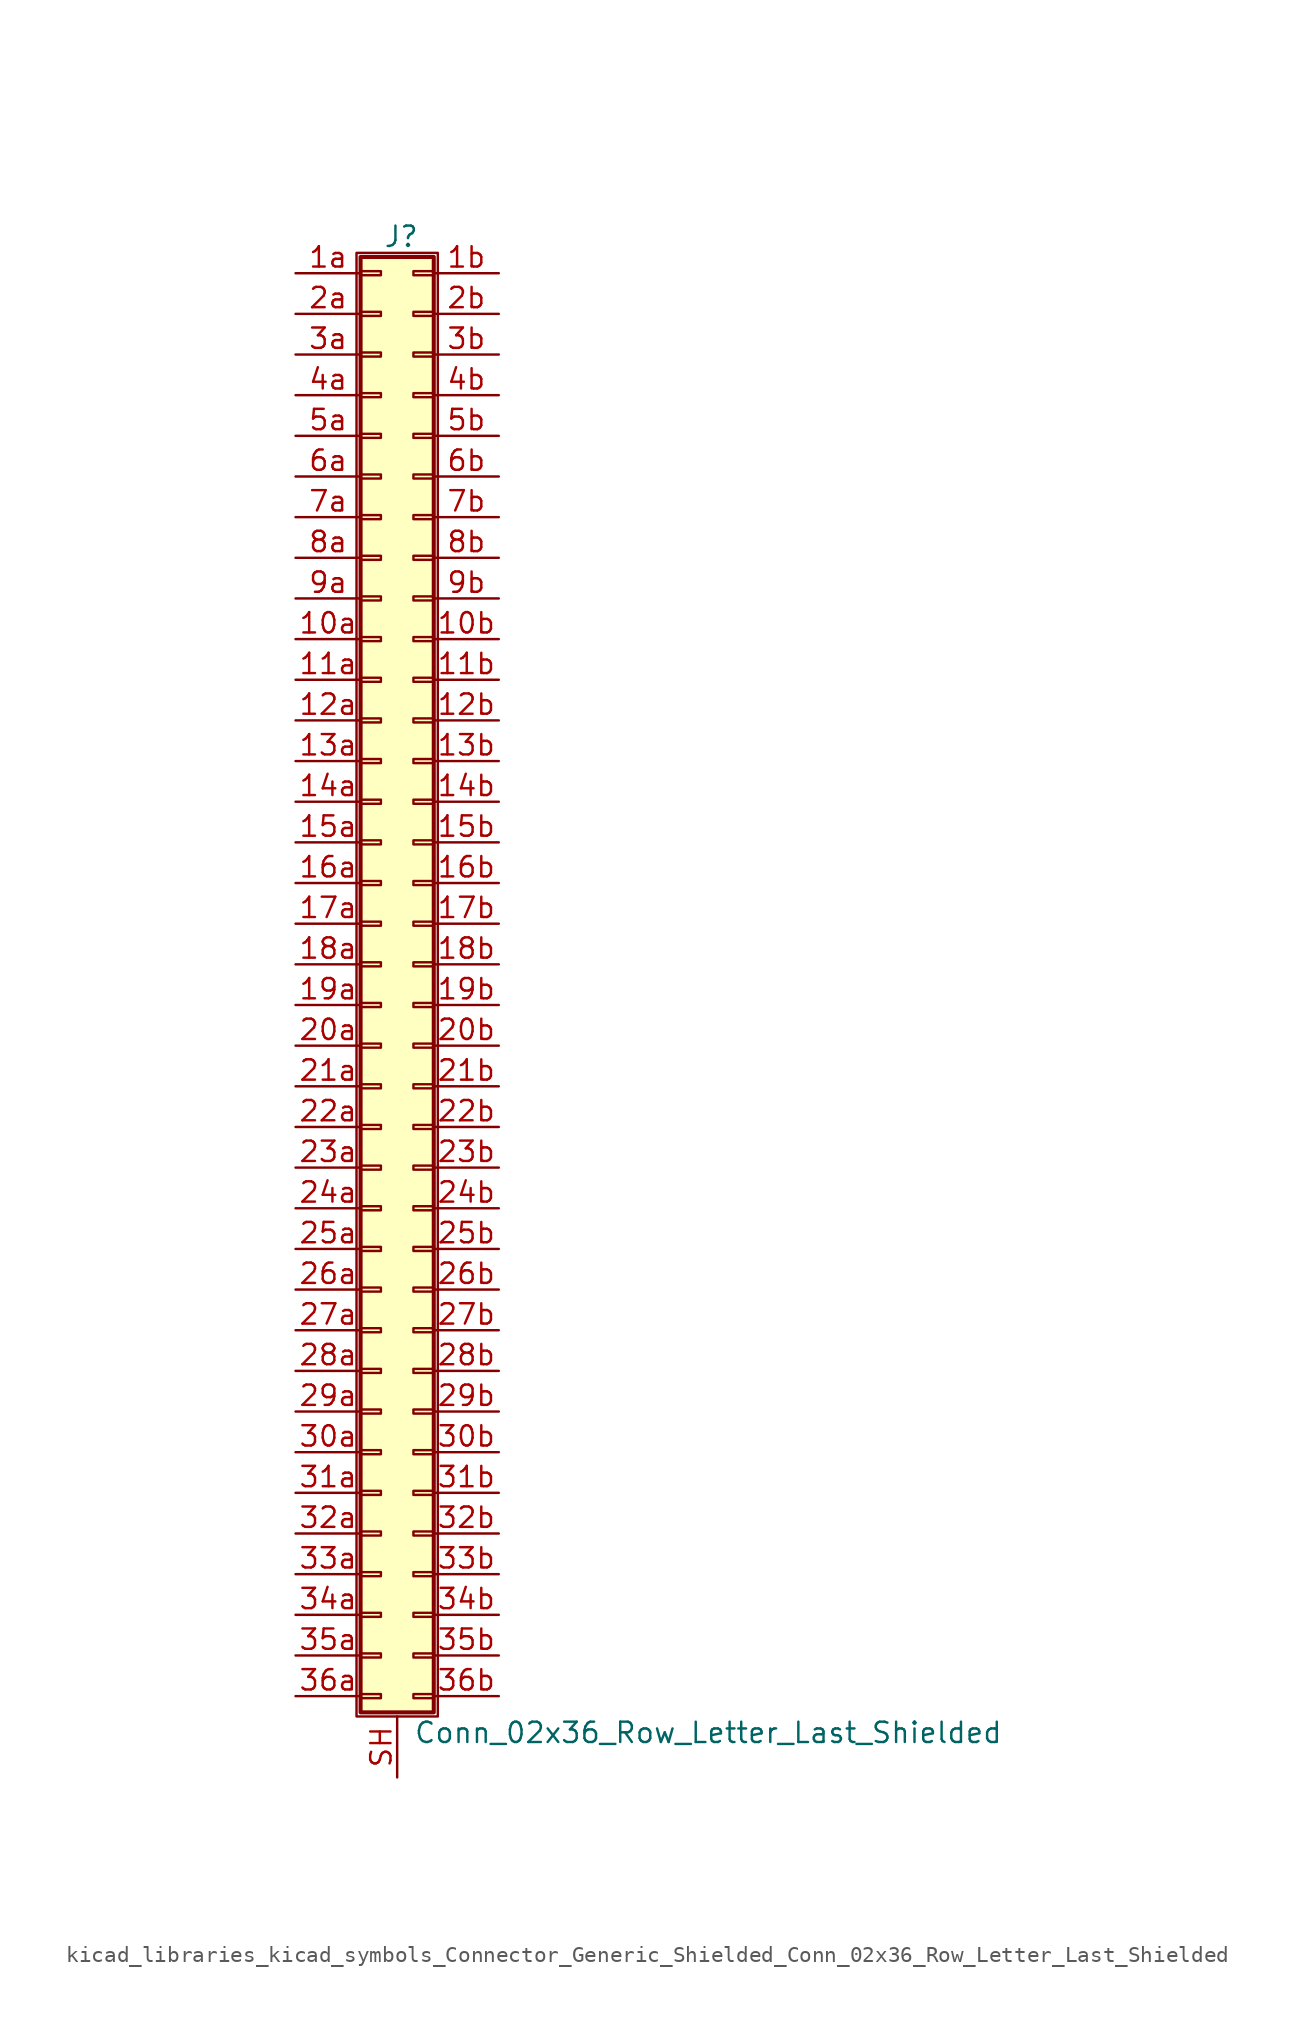
<source format=kicad_sym>
(kicad_symbol_lib
  (version 20220914)
  (generator kicad_symbol_editor)
  (symbol "kicad_libraries_kicad_symbols_Connector_Generic_Shielded_Conn_02x36_Row_Letter_Last_Shielded"
    (pin_names
      (offset 1.016) hide)
    (property "Reference" "J"
      (at 1.524 45.466 0)
      (effects (font (size 1.27 1.27))))
    (property "Value" "Conn_02x36_Row_Letter_Last_Shielded"
      (at 2.286 -48.006 0)
      (effects (font (size 1.27 1.27)) (justify left)))
    (symbol "kicad_libraries_kicad_symbols_Connector_Generic_Shielded_Conn_02x36_Row_Letter_Last_Shielded_1_1"
      (rectangle (start -1.27 44.45) (end 3.81 -46.99) (stroke (width 0.152) (type default)) (fill (type none)))
      (rectangle (start -1.016 -45.593) (end 0.254 -45.847) (stroke (width 0.152) (type default)) (fill (type none)))
      (rectangle (start -1.016 -43.053) (end 0.254 -43.307) (stroke (width 0.152) (type default)) (fill (type none)))
      (rectangle (start -1.016 -40.513) (end 0.254 -40.767) (stroke (width 0.152) (type default)) (fill (type none)))
      (rectangle (start -1.016 -37.973) (end 0.254 -38.227) (stroke (width 0.152) (type default)) (fill (type none)))
      (rectangle (start -1.016 -35.433) (end 0.254 -35.687) (stroke (width 0.152) (type default)) (fill (type none)))
      (rectangle (start -1.016 -32.893) (end 0.254 -33.147) (stroke (width 0.152) (type default)) (fill (type none)))
      (rectangle (start -1.016 -30.353) (end 0.254 -30.607) (stroke (width 0.152) (type default)) (fill (type none)))
      (rectangle (start -1.016 -27.813) (end 0.254 -28.067) (stroke (width 0.152) (type default)) (fill (type none)))
      (rectangle (start -1.016 -25.273) (end 0.254 -25.527) (stroke (width 0.152) (type default)) (fill (type none)))
      (rectangle (start -1.016 -22.733) (end 0.254 -22.987) (stroke (width 0.152) (type default)) (fill (type none)))
      (rectangle (start -1.016 -20.193) (end 0.254 -20.447) (stroke (width 0.152) (type default)) (fill (type none)))
      (rectangle (start -1.016 -17.653) (end 0.254 -17.907) (stroke (width 0.152) (type default)) (fill (type none)))
      (rectangle (start -1.016 -15.113) (end 0.254 -15.367) (stroke (width 0.152) (type default)) (fill (type none)))
      (rectangle (start -1.016 -12.573) (end 0.254 -12.827) (stroke (width 0.152) (type default)) (fill (type none)))
      (rectangle (start -1.016 -10.033) (end 0.254 -10.287) (stroke (width 0.152) (type default)) (fill (type none)))
      (rectangle (start -1.016 -7.493) (end 0.254 -7.747) (stroke (width 0.152) (type default)) (fill (type none)))
      (rectangle (start -1.016 -4.953) (end 0.254 -5.207) (stroke (width 0.152) (type default)) (fill (type none)))
      (rectangle (start -1.016 -2.413) (end 0.254 -2.667) (stroke (width 0.152) (type default)) (fill (type none)))
      (rectangle (start -1.016 0.127) (end 0.254 -0.127) (stroke (width 0.152) (type default)) (fill (type none)))
      (rectangle (start -1.016 2.667) (end 0.254 2.413) (stroke (width 0.152) (type default)) (fill (type none)))
      (rectangle (start -1.016 5.207) (end 0.254 4.953) (stroke (width 0.152) (type default)) (fill (type none)))
      (rectangle (start -1.016 7.747) (end 0.254 7.493) (stroke (width 0.152) (type default)) (fill (type none)))
      (rectangle (start -1.016 10.287) (end 0.254 10.033) (stroke (width 0.152) (type default)) (fill (type none)))
      (rectangle (start -1.016 12.827) (end 0.254 12.573) (stroke (width 0.152) (type default)) (fill (type none)))
      (rectangle (start -1.016 15.367) (end 0.254 15.113) (stroke (width 0.152) (type default)) (fill (type none)))
      (rectangle (start -1.016 17.907) (end 0.254 17.653) (stroke (width 0.152) (type default)) (fill (type none)))
      (rectangle (start -1.016 20.447) (end 0.254 20.193) (stroke (width 0.152) (type default)) (fill (type none)))
      (rectangle (start -1.016 22.987) (end 0.254 22.733) (stroke (width 0.152) (type default)) (fill (type none)))
      (rectangle (start -1.016 25.527) (end 0.254 25.273) (stroke (width 0.152) (type default)) (fill (type none)))
      (rectangle (start -1.016 28.067) (end 0.254 27.813) (stroke (width 0.152) (type default)) (fill (type none)))
      (rectangle (start -1.016 30.607) (end 0.254 30.353) (stroke (width 0.152) (type default)) (fill (type none)))
      (rectangle (start -1.016 33.147) (end 0.254 32.893) (stroke (width 0.152) (type default)) (fill (type none)))
      (rectangle (start -1.016 35.687) (end 0.254 35.433) (stroke (width 0.152) (type default)) (fill (type none)))
      (rectangle (start -1.016 38.227) (end 0.254 37.973) (stroke (width 0.152) (type default)) (fill (type none)))
      (rectangle (start -1.016 40.767) (end 0.254 40.513) (stroke (width 0.152) (type default)) (fill (type none)))
      (rectangle (start -1.016 43.307) (end 0.254 43.053) (stroke (width 0.152) (type default)) (fill (type none)))
      (rectangle (start -1.016 44.196) (end 3.556 -46.736) (stroke (width 0.254) (type default)) (fill (type background)))
      (rectangle (start 3.556 -45.593) (end 2.286 -45.847) (stroke (width 0.152) (type default)) (fill (type none)))
      (rectangle (start 3.556 -43.053) (end 2.286 -43.307) (stroke (width 0.152) (type default)) (fill (type none)))
      (rectangle (start 3.556 -40.513) (end 2.286 -40.767) (stroke (width 0.152) (type default)) (fill (type none)))
      (rectangle (start 3.556 -37.973) (end 2.286 -38.227) (stroke (width 0.152) (type default)) (fill (type none)))
      (rectangle (start 3.556 -35.433) (end 2.286 -35.687) (stroke (width 0.152) (type default)) (fill (type none)))
      (rectangle (start 3.556 -32.893) (end 2.286 -33.147) (stroke (width 0.152) (type default)) (fill (type none)))
      (rectangle (start 3.556 -30.353) (end 2.286 -30.607) (stroke (width 0.152) (type default)) (fill (type none)))
      (rectangle (start 3.556 -27.813) (end 2.286 -28.067) (stroke (width 0.152) (type default)) (fill (type none)))
      (rectangle (start 3.556 -25.273) (end 2.286 -25.527) (stroke (width 0.152) (type default)) (fill (type none)))
      (rectangle (start 3.556 -22.733) (end 2.286 -22.987) (stroke (width 0.152) (type default)) (fill (type none)))
      (rectangle (start 3.556 -20.193) (end 2.286 -20.447) (stroke (width 0.152) (type default)) (fill (type none)))
      (rectangle (start 3.556 -17.653) (end 2.286 -17.907) (stroke (width 0.152) (type default)) (fill (type none)))
      (rectangle (start 3.556 -15.113) (end 2.286 -15.367) (stroke (width 0.152) (type default)) (fill (type none)))
      (rectangle (start 3.556 -12.573) (end 2.286 -12.827) (stroke (width 0.152) (type default)) (fill (type none)))
      (rectangle (start 3.556 -10.033) (end 2.286 -10.287) (stroke (width 0.152) (type default)) (fill (type none)))
      (rectangle (start 3.556 -7.493) (end 2.286 -7.747) (stroke (width 0.152) (type default)) (fill (type none)))
      (rectangle (start 3.556 -4.953) (end 2.286 -5.207) (stroke (width 0.152) (type default)) (fill (type none)))
      (rectangle (start 3.556 -2.413) (end 2.286 -2.667) (stroke (width 0.152) (type default)) (fill (type none)))
      (rectangle (start 3.556 0.127) (end 2.286 -0.127) (stroke (width 0.152) (type default)) (fill (type none)))
      (rectangle (start 3.556 2.667) (end 2.286 2.413) (stroke (width 0.152) (type default)) (fill (type none)))
      (rectangle (start 3.556 5.207) (end 2.286 4.953) (stroke (width 0.152) (type default)) (fill (type none)))
      (rectangle (start 3.556 7.747) (end 2.286 7.493) (stroke (width 0.152) (type default)) (fill (type none)))
      (rectangle (start 3.556 10.287) (end 2.286 10.033) (stroke (width 0.152) (type default)) (fill (type none)))
      (rectangle (start 3.556 12.827) (end 2.286 12.573) (stroke (width 0.152) (type default)) (fill (type none)))
      (rectangle (start 3.556 15.367) (end 2.286 15.113) (stroke (width 0.152) (type default)) (fill (type none)))
      (rectangle (start 3.556 17.907) (end 2.286 17.653) (stroke (width 0.152) (type default)) (fill (type none)))
      (rectangle (start 3.556 20.447) (end 2.286 20.193) (stroke (width 0.152) (type default)) (fill (type none)))
      (rectangle (start 3.556 22.987) (end 2.286 22.733) (stroke (width 0.152) (type default)) (fill (type none)))
      (rectangle (start 3.556 25.527) (end 2.286 25.273) (stroke (width 0.152) (type default)) (fill (type none)))
      (rectangle (start 3.556 28.067) (end 2.286 27.813) (stroke (width 0.152) (type default)) (fill (type none)))
      (rectangle (start 3.556 30.607) (end 2.286 30.353) (stroke (width 0.152) (type default)) (fill (type none)))
      (rectangle (start 3.556 33.147) (end 2.286 32.893) (stroke (width 0.152) (type default)) (fill (type none)))
      (rectangle (start 3.556 35.687) (end 2.286 35.433) (stroke (width 0.152) (type default)) (fill (type none)))
      (rectangle (start 3.556 38.227) (end 2.286 37.973) (stroke (width 0.152) (type default)) (fill (type none)))
      (rectangle (start 3.556 40.767) (end 2.286 40.513) (stroke (width 0.152) (type default)) (fill (type none)))
      (rectangle (start 3.556 43.307) (end 2.286 43.053) (stroke (width 0.152) (type default)) (fill (type none)))
      (pin passive line (at -5.08 20.32 0) (length 4.064) (name "Pin_10a" (effects (font (size 1.27 1.27)))) (number "10a" (effects (font (size 1.27 1.27)))))
      (pin passive line (at 7.62 20.32 180) (length 4.064) (name "Pin_10b" (effects (font (size 1.27 1.27)))) (number "10b" (effects (font (size 1.27 1.27)))))
      (pin passive line (at -5.08 17.78 0) (length 4.064) (name "Pin_11a" (effects (font (size 1.27 1.27)))) (number "11a" (effects (font (size 1.27 1.27)))))
      (pin passive line (at 7.62 17.78 180) (length 4.064) (name "Pin_11b" (effects (font (size 1.27 1.27)))) (number "11b" (effects (font (size 1.27 1.27)))))
      (pin passive line (at -5.08 15.24 0) (length 4.064) (name "Pin_12a" (effects (font (size 1.27 1.27)))) (number "12a" (effects (font (size 1.27 1.27)))))
      (pin passive line (at 7.62 15.24 180) (length 4.064) (name "Pin_12b" (effects (font (size 1.27 1.27)))) (number "12b" (effects (font (size 1.27 1.27)))))
      (pin passive line (at -5.08 12.7 0) (length 4.064) (name "Pin_13a" (effects (font (size 1.27 1.27)))) (number "13a" (effects (font (size 1.27 1.27)))))
      (pin passive line (at 7.62 12.7 180) (length 4.064) (name "Pin_13b" (effects (font (size 1.27 1.27)))) (number "13b" (effects (font (size 1.27 1.27)))))
      (pin passive line (at -5.08 10.16 0) (length 4.064) (name "Pin_14a" (effects (font (size 1.27 1.27)))) (number "14a" (effects (font (size 1.27 1.27)))))
      (pin passive line (at 7.62 10.16 180) (length 4.064) (name "Pin_14b" (effects (font (size 1.27 1.27)))) (number "14b" (effects (font (size 1.27 1.27)))))
      (pin passive line (at -5.08 7.62 0) (length 4.064) (name "Pin_15a" (effects (font (size 1.27 1.27)))) (number "15a" (effects (font (size 1.27 1.27)))))
      (pin passive line (at 7.62 7.62 180) (length 4.064) (name "Pin_15b" (effects (font (size 1.27 1.27)))) (number "15b" (effects (font (size 1.27 1.27)))))
      (pin passive line (at -5.08 5.08 0) (length 4.064) (name "Pin_16a" (effects (font (size 1.27 1.27)))) (number "16a" (effects (font (size 1.27 1.27)))))
      (pin passive line (at 7.62 5.08 180) (length 4.064) (name "Pin_16b" (effects (font (size 1.27 1.27)))) (number "16b" (effects (font (size 1.27 1.27)))))
      (pin passive line (at -5.08 2.54 0) (length 4.064) (name "Pin_17a" (effects (font (size 1.27 1.27)))) (number "17a" (effects (font (size 1.27 1.27)))))
      (pin passive line (at 7.62 2.54 180) (length 4.064) (name "Pin_17b" (effects (font (size 1.27 1.27)))) (number "17b" (effects (font (size 1.27 1.27)))))
      (pin passive line (at -5.08 0 0) (length 4.064) (name "Pin_18a" (effects (font (size 1.27 1.27)))) (number "18a" (effects (font (size 1.27 1.27)))))
      (pin passive line (at 7.62 0 180) (length 4.064) (name "Pin_18b" (effects (font (size 1.27 1.27)))) (number "18b" (effects (font (size 1.27 1.27)))))
      (pin passive line (at -5.08 -2.54 0) (length 4.064) (name "Pin_19a" (effects (font (size 1.27 1.27)))) (number "19a" (effects (font (size 1.27 1.27)))))
      (pin passive line (at 7.62 -2.54 180) (length 4.064) (name "Pin_19b" (effects (font (size 1.27 1.27)))) (number "19b" (effects (font (size 1.27 1.27)))))
      (pin passive line (at -5.08 43.18 0) (length 4.064) (name "Pin_1a" (effects (font (size 1.27 1.27)))) (number "1a" (effects (font (size 1.27 1.27)))))
      (pin passive line (at 7.62 43.18 180) (length 4.064) (name "Pin_1b" (effects (font (size 1.27 1.27)))) (number "1b" (effects (font (size 1.27 1.27)))))
      (pin passive line (at -5.08 -5.08 0) (length 4.064) (name "Pin_20a" (effects (font (size 1.27 1.27)))) (number "20a" (effects (font (size 1.27 1.27)))))
      (pin passive line (at 7.62 -5.08 180) (length 4.064) (name "Pin_20b" (effects (font (size 1.27 1.27)))) (number "20b" (effects (font (size 1.27 1.27)))))
      (pin passive line (at -5.08 -7.62 0) (length 4.064) (name "Pin_21a" (effects (font (size 1.27 1.27)))) (number "21a" (effects (font (size 1.27 1.27)))))
      (pin passive line (at 7.62 -7.62 180) (length 4.064) (name "Pin_21b" (effects (font (size 1.27 1.27)))) (number "21b" (effects (font (size 1.27 1.27)))))
      (pin passive line (at -5.08 -10.16 0) (length 4.064) (name "Pin_22a" (effects (font (size 1.27 1.27)))) (number "22a" (effects (font (size 1.27 1.27)))))
      (pin passive line (at 7.62 -10.16 180) (length 4.064) (name "Pin_22b" (effects (font (size 1.27 1.27)))) (number "22b" (effects (font (size 1.27 1.27)))))
      (pin passive line (at -5.08 -12.7 0) (length 4.064) (name "Pin_23a" (effects (font (size 1.27 1.27)))) (number "23a" (effects (font (size 1.27 1.27)))))
      (pin passive line (at 7.62 -12.7 180) (length 4.064) (name "Pin_23b" (effects (font (size 1.27 1.27)))) (number "23b" (effects (font (size 1.27 1.27)))))
      (pin passive line (at -5.08 -15.24 0) (length 4.064) (name "Pin_24a" (effects (font (size 1.27 1.27)))) (number "24a" (effects (font (size 1.27 1.27)))))
      (pin passive line (at 7.62 -15.24 180) (length 4.064) (name "Pin_24b" (effects (font (size 1.27 1.27)))) (number "24b" (effects (font (size 1.27 1.27)))))
      (pin passive line (at -5.08 -17.78 0) (length 4.064) (name "Pin_25a" (effects (font (size 1.27 1.27)))) (number "25a" (effects (font (size 1.27 1.27)))))
      (pin passive line (at 7.62 -17.78 180) (length 4.064) (name "Pin_25b" (effects (font (size 1.27 1.27)))) (number "25b" (effects (font (size 1.27 1.27)))))
      (pin passive line (at -5.08 -20.32 0) (length 4.064) (name "Pin_26a" (effects (font (size 1.27 1.27)))) (number "26a" (effects (font (size 1.27 1.27)))))
      (pin passive line (at 7.62 -20.32 180) (length 4.064) (name "Pin_26b" (effects (font (size 1.27 1.27)))) (number "26b" (effects (font (size 1.27 1.27)))))
      (pin passive line (at -5.08 -22.86 0) (length 4.064) (name "Pin_27a" (effects (font (size 1.27 1.27)))) (number "27a" (effects (font (size 1.27 1.27)))))
      (pin passive line (at 7.62 -22.86 180) (length 4.064) (name "Pin_27b" (effects (font (size 1.27 1.27)))) (number "27b" (effects (font (size 1.27 1.27)))))
      (pin passive line (at -5.08 -25.4 0) (length 4.064) (name "Pin_28a" (effects (font (size 1.27 1.27)))) (number "28a" (effects (font (size 1.27 1.27)))))
      (pin passive line (at 7.62 -25.4 180) (length 4.064) (name "Pin_28b" (effects (font (size 1.27 1.27)))) (number "28b" (effects (font (size 1.27 1.27)))))
      (pin passive line (at -5.08 -27.94 0) (length 4.064) (name "Pin_29a" (effects (font (size 1.27 1.27)))) (number "29a" (effects (font (size 1.27 1.27)))))
      (pin passive line (at 7.62 -27.94 180) (length 4.064) (name "Pin_29b" (effects (font (size 1.27 1.27)))) (number "29b" (effects (font (size 1.27 1.27)))))
      (pin passive line (at -5.08 40.64 0) (length 4.064) (name "Pin_2a" (effects (font (size 1.27 1.27)))) (number "2a" (effects (font (size 1.27 1.27)))))
      (pin passive line (at 7.62 40.64 180) (length 4.064) (name "Pin_2b" (effects (font (size 1.27 1.27)))) (number "2b" (effects (font (size 1.27 1.27)))))
      (pin passive line (at -5.08 -30.48 0) (length 4.064) (name "Pin_30a" (effects (font (size 1.27 1.27)))) (number "30a" (effects (font (size 1.27 1.27)))))
      (pin passive line (at 7.62 -30.48 180) (length 4.064) (name "Pin_30b" (effects (font (size 1.27 1.27)))) (number "30b" (effects (font (size 1.27 1.27)))))
      (pin passive line (at -5.08 -33.02 0) (length 4.064) (name "Pin_31a" (effects (font (size 1.27 1.27)))) (number "31a" (effects (font (size 1.27 1.27)))))
      (pin passive line (at 7.62 -33.02 180) (length 4.064) (name "Pin_31b" (effects (font (size 1.27 1.27)))) (number "31b" (effects (font (size 1.27 1.27)))))
      (pin passive line (at -5.08 -35.56 0) (length 4.064) (name "Pin_32a" (effects (font (size 1.27 1.27)))) (number "32a" (effects (font (size 1.27 1.27)))))
      (pin passive line (at 7.62 -35.56 180) (length 4.064) (name "Pin_32b" (effects (font (size 1.27 1.27)))) (number "32b" (effects (font (size 1.27 1.27)))))
      (pin passive line (at -5.08 -38.1 0) (length 4.064) (name "Pin_33a" (effects (font (size 1.27 1.27)))) (number "33a" (effects (font (size 1.27 1.27)))))
      (pin passive line (at 7.62 -38.1 180) (length 4.064) (name "Pin_33b" (effects (font (size 1.27 1.27)))) (number "33b" (effects (font (size 1.27 1.27)))))
      (pin passive line (at -5.08 -40.64 0) (length 4.064) (name "Pin_34a" (effects (font (size 1.27 1.27)))) (number "34a" (effects (font (size 1.27 1.27)))))
      (pin passive line (at 7.62 -40.64 180) (length 4.064) (name "Pin_34b" (effects (font (size 1.27 1.27)))) (number "34b" (effects (font (size 1.27 1.27)))))
      (pin passive line (at -5.08 -43.18 0) (length 4.064) (name "Pin_35a" (effects (font (size 1.27 1.27)))) (number "35a" (effects (font (size 1.27 1.27)))))
      (pin passive line (at 7.62 -43.18 180) (length 4.064) (name "Pin_35b" (effects (font (size 1.27 1.27)))) (number "35b" (effects (font (size 1.27 1.27)))))
      (pin passive line (at -5.08 -45.72 0) (length 4.064) (name "Pin_36a" (effects (font (size 1.27 1.27)))) (number "36a" (effects (font (size 1.27 1.27)))))
      (pin passive line (at 7.62 -45.72 180) (length 4.064) (name "Pin_36b" (effects (font (size 1.27 1.27)))) (number "36b" (effects (font (size 1.27 1.27)))))
      (pin passive line (at -5.08 38.1 0) (length 4.064) (name "Pin_3a" (effects (font (size 1.27 1.27)))) (number "3a" (effects (font (size 1.27 1.27)))))
      (pin passive line (at 7.62 38.1 180) (length 4.064) (name "Pin_3b" (effects (font (size 1.27 1.27)))) (number "3b" (effects (font (size 1.27 1.27)))))
      (pin passive line (at -5.08 35.56 0) (length 4.064) (name "Pin_4a" (effects (font (size 1.27 1.27)))) (number "4a" (effects (font (size 1.27 1.27)))))
      (pin passive line (at 7.62 35.56 180) (length 4.064) (name "Pin_4b" (effects (font (size 1.27 1.27)))) (number "4b" (effects (font (size 1.27 1.27)))))
      (pin passive line (at -5.08 33.02 0) (length 4.064) (name "Pin_5a" (effects (font (size 1.27 1.27)))) (number "5a" (effects (font (size 1.27 1.27)))))
      (pin passive line (at 7.62 33.02 180) (length 4.064) (name "Pin_5b" (effects (font (size 1.27 1.27)))) (number "5b" (effects (font (size 1.27 1.27)))))
      (pin passive line (at -5.08 30.48 0) (length 4.064) (name "Pin_6a" (effects (font (size 1.27 1.27)))) (number "6a" (effects (font (size 1.27 1.27)))))
      (pin passive line (at 7.62 30.48 180) (length 4.064) (name "Pin_6b" (effects (font (size 1.27 1.27)))) (number "6b" (effects (font (size 1.27 1.27)))))
      (pin passive line (at -5.08 27.94 0) (length 4.064) (name "Pin_7a" (effects (font (size 1.27 1.27)))) (number "7a" (effects (font (size 1.27 1.27)))))
      (pin passive line (at 7.62 27.94 180) (length 4.064) (name "Pin_7b" (effects (font (size 1.27 1.27)))) (number "7b" (effects (font (size 1.27 1.27)))))
      (pin passive line (at -5.08 25.4 0) (length 4.064) (name "Pin_8a" (effects (font (size 1.27 1.27)))) (number "8a" (effects (font (size 1.27 1.27)))))
      (pin passive line (at 7.62 25.4 180) (length 4.064) (name "Pin_8b" (effects (font (size 1.27 1.27)))) (number "8b" (effects (font (size 1.27 1.27)))))
      (pin passive line (at -5.08 22.86 0) (length 4.064) (name "Pin_9a" (effects (font (size 1.27 1.27)))) (number "9a" (effects (font (size 1.27 1.27)))))
      (pin passive line (at 7.62 22.86 180) (length 4.064) (name "Pin_9b" (effects (font (size 1.27 1.27)))) (number "9b" (effects (font (size 1.27 1.27)))))
      (pin passive line (at 1.27 -50.8 90) (length 3.81) (name "Shield" (effects (font (size 1.27 1.27)))) (number "SH" (effects (font (size 1.27 1.27))))))))
</source>
